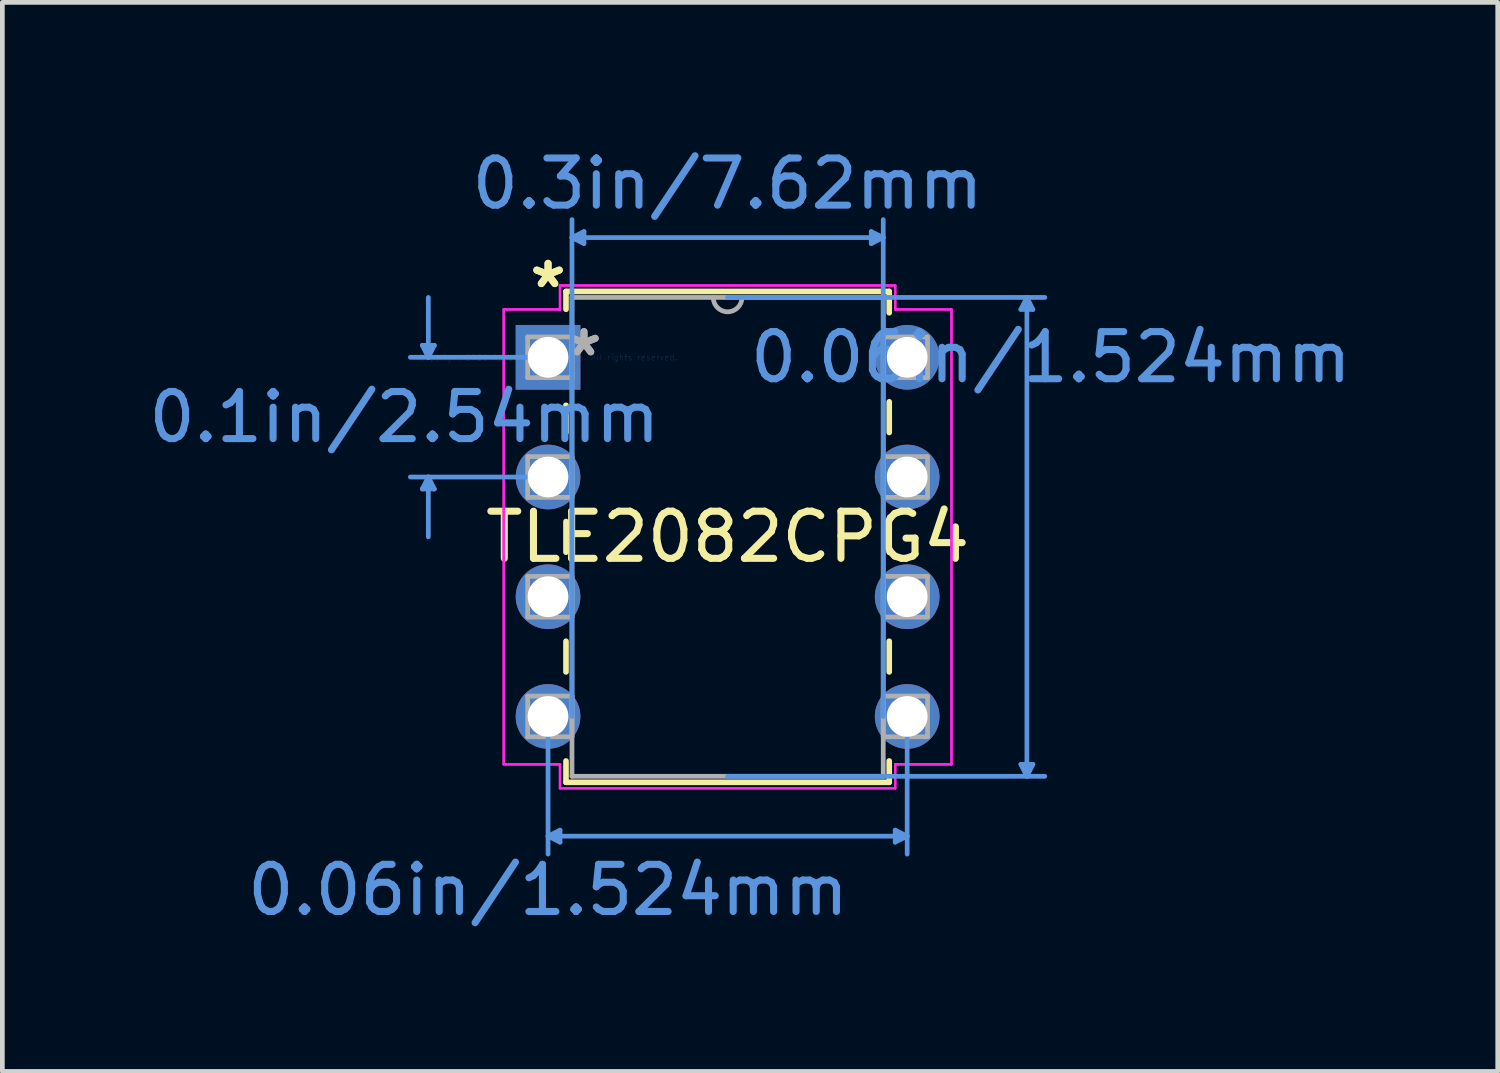
<source format=kicad_pcb>
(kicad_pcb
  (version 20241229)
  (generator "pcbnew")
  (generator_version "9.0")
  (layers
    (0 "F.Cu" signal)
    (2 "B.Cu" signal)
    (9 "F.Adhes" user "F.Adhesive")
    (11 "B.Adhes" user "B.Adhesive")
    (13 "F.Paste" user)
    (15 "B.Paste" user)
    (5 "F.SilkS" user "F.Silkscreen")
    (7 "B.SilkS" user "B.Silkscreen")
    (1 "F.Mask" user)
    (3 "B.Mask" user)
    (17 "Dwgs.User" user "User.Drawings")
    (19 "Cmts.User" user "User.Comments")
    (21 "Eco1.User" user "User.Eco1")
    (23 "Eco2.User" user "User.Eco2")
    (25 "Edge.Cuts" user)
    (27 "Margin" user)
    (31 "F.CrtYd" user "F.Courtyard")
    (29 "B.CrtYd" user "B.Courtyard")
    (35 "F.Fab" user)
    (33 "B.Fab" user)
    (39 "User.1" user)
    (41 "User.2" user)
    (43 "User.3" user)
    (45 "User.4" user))
  (footprint "TLE2082CPG4"
    (layer "F.Cu")
    (at 8.578 4.531)
    (property "Reference" "TLE2082CPG4" (at 3.81 3.81 0) (layer "F.SilkS") (effects (font (size 1 1) (thickness 0.15))))
    (attr through_hole)
    (fp_line (start 0.381 -1.397) (end 0.381 -1.019) (stroke (width 0.12) (type solid)) (layer "F.SilkS"))
    (fp_line (start 0.381 1.019) (end 0.381 1.595) (stroke (width 0.12) (type solid)) (layer "F.SilkS"))
    (fp_line (start 0.381 3.485) (end 0.381 4.135) (stroke (width 0.12) (type solid)) (layer "F.SilkS"))
    (fp_line (start 0.381 6.025) (end 0.381 6.675) (stroke (width 0.12) (type solid)) (layer "F.SilkS"))
    (fp_line (start 0.381 8.565) (end 0.381 9.017) (stroke (width 0.12) (type solid)) (layer "F.SilkS"))
    (fp_line (start 0.381 9.017) (end 7.239 9.017) (stroke (width 0.12) (type solid)) (layer "F.SilkS"))
    (fp_line (start 7.239 -1.397) (end 0.381 -1.397) (stroke (width 0.12) (type solid)) (layer "F.SilkS"))
    (fp_line (start 7.239 -0.945) (end 7.239 -1.397) (stroke (width 0.12) (type solid)) (layer "F.SilkS"))
    (fp_line (start 7.239 1.595) (end 7.239 0.945) (stroke (width 0.12) (type solid)) (layer "F.SilkS"))
    (fp_line (start 7.239 4.135) (end 7.239 3.485) (stroke (width 0.12) (type solid)) (layer "F.SilkS"))
    (fp_line (start 7.239 6.675) (end 7.239 6.025) (stroke (width 0.12) (type solid)) (layer "F.SilkS"))
    (fp_line (start 7.239 9.017) (end 7.239 8.565) (stroke (width 0.12) (type solid)) (layer "F.SilkS"))
    (fp_line (start -2.667 -0.254) (end -2.413 -0.254) (stroke (width 0.1) (type solid)) (layer "Cmts.User"))
    (fp_line (start -2.667 2.794) (end -2.413 2.794) (stroke (width 0.1) (type solid)) (layer "Cmts.User"))
    (fp_line (start -2.54 0) (end -2.667 -0.254) (stroke (width 0.1) (type solid)) (layer "Cmts.User"))
    (fp_line (start -2.54 0) (end -2.54 -1.27) (stroke (width 0.1) (type solid)) (layer "Cmts.User"))
    (fp_line (start -2.54 0) (end -2.413 -0.254) (stroke (width 0.1) (type solid)) (layer "Cmts.User"))
    (fp_line (start -2.54 2.54) (end -2.667 2.794) (stroke (width 0.1) (type solid)) (layer "Cmts.User"))
    (fp_line (start -2.54 2.54) (end -2.54 3.81) (stroke (width 0.1) (type solid)) (layer "Cmts.User"))
    (fp_line (start -2.54 2.54) (end -2.413 2.794) (stroke (width 0.1) (type solid)) (layer "Cmts.User"))
    (fp_line (start 0 0) (end -2.921 0) (stroke (width 0.1) (type solid)) (layer "Cmts.User"))
    (fp_line (start 0 2.54) (end -2.921 2.54) (stroke (width 0.1) (type solid)) (layer "Cmts.User"))
    (fp_line (start 0 7.62) (end 0 10.541) (stroke (width 0.1) (type solid)) (layer "Cmts.User"))
    (fp_line (start 0 10.16) (end 0.254 10.033) (stroke (width 0.1) (type solid)) (layer "Cmts.User"))
    (fp_line (start 0 10.16) (end 0.254 10.287) (stroke (width 0.1) (type solid)) (layer "Cmts.User"))
    (fp_line (start 0 10.16) (end 7.62 10.16) (stroke (width 0.1) (type solid)) (layer "Cmts.User"))
    (fp_line (start 0.254 10.033) (end 0.254 10.287) (stroke (width 0.1) (type solid)) (layer "Cmts.User"))
    (fp_line (start 0.508 -2.54) (end 0.762 -2.667) (stroke (width 0.1) (type solid)) (layer "Cmts.User"))
    (fp_line (start 0.508 -2.54) (end 0.762 -2.413) (stroke (width 0.1) (type solid)) (layer "Cmts.User"))
    (fp_line (start 0.508 -2.54) (end 7.112 -2.54) (stroke (width 0.1) (type solid)) (layer "Cmts.User"))
    (fp_line (start 0.508 7.62) (end 0.508 -2.921) (stroke (width 0.1) (type solid)) (layer "Cmts.User"))
    (fp_line (start 0.762 -2.667) (end 0.762 -2.413) (stroke (width 0.1) (type solid)) (layer "Cmts.User"))
    (fp_line (start 3.81 -1.27) (end 10.541 -1.27) (stroke (width 0.1) (type solid)) (layer "Cmts.User"))
    (fp_line (start 3.81 8.89) (end 10.541 8.89) (stroke (width 0.1) (type solid)) (layer "Cmts.User"))
    (fp_line (start 6.858 -2.667) (end 6.858 -2.413) (stroke (width 0.1) (type solid)) (layer "Cmts.User"))
    (fp_line (start 7.112 -2.54) (end 6.858 -2.667) (stroke (width 0.1) (type solid)) (layer "Cmts.User"))
    (fp_line (start 7.112 -2.54) (end 6.858 -2.413) (stroke (width 0.1) (type solid)) (layer "Cmts.User"))
    (fp_line (start 7.112 7.62) (end 7.112 -2.921) (stroke (width 0.1) (type solid)) (layer "Cmts.User"))
    (fp_line (start 7.366 10.033) (end 7.366 10.287) (stroke (width 0.1) (type solid)) (layer "Cmts.User"))
    (fp_line (start 7.62 7.62) (end 7.62 10.541) (stroke (width 0.1) (type solid)) (layer "Cmts.User"))
    (fp_line (start 7.62 10.16) (end 7.366 10.033) (stroke (width 0.1) (type solid)) (layer "Cmts.User"))
    (fp_line (start 7.62 10.16) (end 7.366 10.287) (stroke (width 0.1) (type solid)) (layer "Cmts.User"))
    (fp_line (start 10.033 -1.016) (end 10.287 -1.016) (stroke (width 0.1) (type solid)) (layer "Cmts.User"))
    (fp_line (start 10.033 8.636) (end 10.287 8.636) (stroke (width 0.1) (type solid)) (layer "Cmts.User"))
    (fp_line (start 10.16 -1.27) (end 10.033 -1.016) (stroke (width 0.1) (type solid)) (layer "Cmts.User"))
    (fp_line (start 10.16 -1.27) (end 10.16 8.89) (stroke (width 0.1) (type solid)) (layer "Cmts.User"))
    (fp_line (start 10.16 -1.27) (end 10.287 -1.016) (stroke (width 0.1) (type solid)) (layer "Cmts.User"))
    (fp_line (start 10.16 8.89) (end 10.033 8.636) (stroke (width 0.1) (type solid)) (layer "Cmts.User"))
    (fp_line (start 10.16 8.89) (end 10.287 8.636) (stroke (width 0.1) (type solid)) (layer "Cmts.User"))
    (fp_line (start -0.94 -1.016) (end -0.94 8.636) (stroke (width 0.05) (type solid)) (layer "F.CrtYd"))
    (fp_line (start -0.94 -1.016) (end 0.254 -1.016) (stroke (width 0.05) (type solid)) (layer "F.CrtYd"))
    (fp_line (start -0.94 8.636) (end -0.94 -1.016) (stroke (width 0.05) (type solid)) (layer "F.CrtYd"))
    (fp_line (start -0.94 8.636) (end 0.254 8.636) (stroke (width 0.05) (type solid)) (layer "F.CrtYd"))
    (fp_line (start 0.254 -1.524) (end 0.254 -1.016) (stroke (width 0.05) (type solid)) (layer "F.CrtYd"))
    (fp_line (start 0.254 -1.524) (end 7.366 -1.524) (stroke (width 0.05) (type solid)) (layer "F.CrtYd"))
    (fp_line (start 0.254 -1.016) (end -0.94 -1.016) (stroke (width 0.05) (type solid)) (layer "F.CrtYd"))
    (fp_line (start 0.254 -1.016) (end 0.254 -1.524) (stroke (width 0.05) (type solid)) (layer "F.CrtYd"))
    (fp_line (start 0.254 8.636) (end -0.94 8.636) (stroke (width 0.05) (type solid)) (layer "F.CrtYd"))
    (fp_line (start 0.254 8.636) (end 0.254 9.144) (stroke (width 0.05) (type solid)) (layer "F.CrtYd"))
    (fp_line (start 0.254 9.144) (end 0.254 8.636) (stroke (width 0.05) (type solid)) (layer "F.CrtYd"))
    (fp_line (start 0.254 9.144) (end 7.366 9.144) (stroke (width 0.05) (type solid)) (layer "F.CrtYd"))
    (fp_line (start 7.366 -1.524) (end 0.254 -1.524) (stroke (width 0.05) (type solid)) (layer "F.CrtYd"))
    (fp_line (start 7.366 -1.524) (end 7.366 -1.016) (stroke (width 0.05) (type solid)) (layer "F.CrtYd"))
    (fp_line (start 7.366 -1.016) (end 7.366 -1.524) (stroke (width 0.05) (type solid)) (layer "F.CrtYd"))
    (fp_line (start 7.366 8.636) (end 7.366 9.144) (stroke (width 0.05) (type solid)) (layer "F.CrtYd"))
    (fp_line (start 7.366 8.636) (end 8.56 8.636) (stroke (width 0.05) (type solid)) (layer "F.CrtYd"))
    (fp_line (start 7.366 9.144) (end 0.254 9.144) (stroke (width 0.05) (type solid)) (layer "F.CrtYd"))
    (fp_line (start 7.366 9.144) (end 7.366 8.636) (stroke (width 0.05) (type solid)) (layer "F.CrtYd"))
    (fp_line (start 8.56 -1.016) (end 7.366 -1.016) (stroke (width 0.05) (type solid)) (layer "F.CrtYd"))
    (fp_line (start 8.56 -1.016) (end 7.366 -1.016) (stroke (width 0.05) (type solid)) (layer "F.CrtYd"))
    (fp_line (start 8.56 -1.016) (end 8.56 8.636) (stroke (width 0.05) (type solid)) (layer "F.CrtYd"))
    (fp_line (start 8.56 8.636) (end 7.366 8.636) (stroke (width 0.05) (type solid)) (layer "F.CrtYd"))
    (fp_line (start 8.56 8.636) (end 8.56 -1.016) (stroke (width 0.05) (type solid)) (layer "F.CrtYd"))
    (fp_line (start -0.432 -0.432) (end -0.432 0.432) (stroke (width 0.1) (type solid)) (layer "F.Fab"))
    (fp_line (start -0.432 0.432) (end 0.508 0.432) (stroke (width 0.1) (type solid)) (layer "F.Fab"))
    (fp_line (start -0.432 2.108) (end -0.432 2.972) (stroke (width 0.1) (type solid)) (layer "F.Fab"))
    (fp_line (start -0.432 2.972) (end 0.508 2.972) (stroke (width 0.1) (type solid)) (layer "F.Fab"))
    (fp_line (start -0.432 4.648) (end -0.432 5.512) (stroke (width 0.1) (type solid)) (layer "F.Fab"))
    (fp_line (start -0.432 5.512) (end 0.508 5.512) (stroke (width 0.1) (type solid)) (layer "F.Fab"))
    (fp_line (start -0.432 7.188) (end -0.432 8.052) (stroke (width 0.1) (type solid)) (layer "F.Fab"))
    (fp_line (start -0.432 8.052) (end 0.508 8.052) (stroke (width 0.1) (type solid)) (layer "F.Fab"))
    (fp_line (start 0.508 -1.27) (end 0.508 8.89) (stroke (width 0.1) (type solid)) (layer "F.Fab"))
    (fp_line (start 0.508 -0.432) (end -0.432 -0.432) (stroke (width 0.1) (type solid)) (layer "F.Fab"))
    (fp_line (start 0.508 0.432) (end 0.508 -0.432) (stroke (width 0.1) (type solid)) (layer "F.Fab"))
    (fp_line (start 0.508 2.108) (end -0.432 2.108) (stroke (width 0.1) (type solid)) (layer "F.Fab"))
    (fp_line (start 0.508 2.972) (end 0.508 2.108) (stroke (width 0.1) (type solid)) (layer "F.Fab"))
    (fp_line (start 0.508 4.648) (end -0.432 4.648) (stroke (width 0.1) (type solid)) (layer "F.Fab"))
    (fp_line (start 0.508 5.512) (end 0.508 4.648) (stroke (width 0.1) (type solid)) (layer "F.Fab"))
    (fp_line (start 0.508 7.188) (end -0.432 7.188) (stroke (width 0.1) (type solid)) (layer "F.Fab"))
    (fp_line (start 0.508 8.052) (end 0.508 7.188) (stroke (width 0.1) (type solid)) (layer "F.Fab"))
    (fp_line (start 0.508 8.89) (end 7.112 8.89) (stroke (width 0.1) (type solid)) (layer "F.Fab"))
    (fp_line (start 7.112 -1.27) (end 0.508 -1.27) (stroke (width 0.1) (type solid)) (layer "F.Fab"))
    (fp_line (start 7.112 -0.432) (end 7.112 0.432) (stroke (width 0.1) (type solid)) (layer "F.Fab"))
    (fp_line (start 7.112 0.432) (end 8.052 0.432) (stroke (width 0.1) (type solid)) (layer "F.Fab"))
    (fp_line (start 7.112 2.108) (end 7.112 2.972) (stroke (width 0.1) (type solid)) (layer "F.Fab"))
    (fp_line (start 7.112 2.972) (end 8.052 2.972) (stroke (width 0.1) (type solid)) (layer "F.Fab"))
    (fp_line (start 7.112 4.648) (end 7.112 5.512) (stroke (width 0.1) (type solid)) (layer "F.Fab"))
    (fp_line (start 7.112 5.512) (end 8.052 5.512) (stroke (width 0.1) (type solid)) (layer "F.Fab"))
    (fp_line (start 7.112 7.188) (end 7.112 8.052) (stroke (width 0.1) (type solid)) (layer "F.Fab"))
    (fp_line (start 7.112 8.052) (end 8.052 8.052) (stroke (width 0.1) (type solid)) (layer "F.Fab"))
    (fp_line (start 7.112 8.89) (end 7.112 -1.27) (stroke (width 0.1) (type solid)) (layer "F.Fab"))
    (fp_line (start 8.052 -0.432) (end 7.112 -0.432) (stroke (width 0.1) (type solid)) (layer "F.Fab"))
    (fp_line (start 8.052 0.432) (end 8.052 -0.432) (stroke (width 0.1) (type solid)) (layer "F.Fab"))
    (fp_line (start 8.052 2.108) (end 7.112 2.108) (stroke (width 0.1) (type solid)) (layer "F.Fab"))
    (fp_line (start 8.052 2.972) (end 8.052 2.108) (stroke (width 0.1) (type solid)) (layer "F.Fab"))
    (fp_line (start 8.052 4.648) (end 7.112 4.648) (stroke (width 0.1) (type solid)) (layer "F.Fab"))
    (fp_line (start 8.052 5.512) (end 8.052 4.648) (stroke (width 0.1) (type solid)) (layer "F.Fab"))
    (fp_line (start 8.052 7.188) (end 7.112 7.188) (stroke (width 0.1) (type solid)) (layer "F.Fab"))
    (fp_line (start 8.052 8.052) (end 8.052 7.188) (stroke (width 0.1) (type solid)) (layer "F.Fab"))
    (fp_arc (start 4.1148 -1.27) (mid 3.81 -0.9652) (end 3.5052 -1.27) (stroke (width 0.1) (type solid)) (layer "F.Fab"))
    (fp_text user "*" (at 0 -1.448 0) (layer "F.SilkS") (effects (font (size 1 1) (thickness 0.15))))
    (fp_text user "*" (at 0 -1.448 0) (layer "F.SilkS") (effects (font (size 1 1) (thickness 0.15))))
    (fp_text user "0.3in/7.62mm" (at 3.81 -3.683 0) (layer "Cmts.User") (effects (font (size 1 1) (thickness 0.15))))
    (fp_text user "0.06in/1.524mm" (at 0 11.303 0) (layer "Cmts.User") (effects (font (size 1 1) (thickness 0.15))))
    (fp_text user "0.1in/2.54mm" (at -3.048 1.27 0) (layer "Cmts.User") (effects (font (size 1 1) (thickness 0.15))))
    (fp_text user "Copyright 2021 Accelerated Designs. All rights reserved." (at 0 0 0) (layer "Cmts.User") (effects (font (size 0.127 0.127) (thickness 0.002))))
    (fp_text user "0.06in/1.524mm" (at 10.668 0 0) (layer "Cmts.User") (effects (font (size 1 1) (thickness 0.15))))
    (fp_text user "*" (at 0.762 0 0) (layer "F.Fab") (effects (font (size 1 1) (thickness 0.15))))
    (fp_text user "*" (at 0.762 0 0) (layer "F.Fab") (effects (font (size 1 1) (thickness 0.15))))
    (pad "1" thru_hole rect (at 0 0) (size 1.372 1.372) (drill 0.864) (layers "*.Cu" "*.Mask"))
    (pad "2" thru_hole circle (at 0 2.54) (size 1.372 1.372) (drill 0.864) (layers "*.Cu" "*.Mask"))
    (pad "3" thru_hole circle (at 0 5.08) (size 1.372 1.372) (drill 0.864) (layers "*.Cu" "*.Mask"))
    (pad "4" thru_hole circle (at 0 7.62) (size 1.372 1.372) (drill 0.864) (layers "*.Cu" "*.Mask"))
    (pad "5" thru_hole circle (at 7.62 7.62) (size 1.372 1.372) (drill 0.864) (layers "*.Cu" "*.Mask"))
    (pad "6" thru_hole circle (at 7.62 5.08) (size 1.372 1.372) (drill 0.864) (layers "*.Cu" "*.Mask"))
    (pad "7" thru_hole circle (at 7.62 2.54) (size 1.372 1.372) (drill 0.864) (layers "*.Cu" "*.Mask"))
    (pad "8" thru_hole circle (at 7.62 0) (size 1.372 1.372) (drill 0.864) (layers "*.Cu" "*.Mask")))
  (gr_rect
    (start -3 -3)
    (end 28.728 19.683)
    (stroke (width 0.1) (type default))
    (fill no)
    (layer "Edge.Cuts")))
</source>
